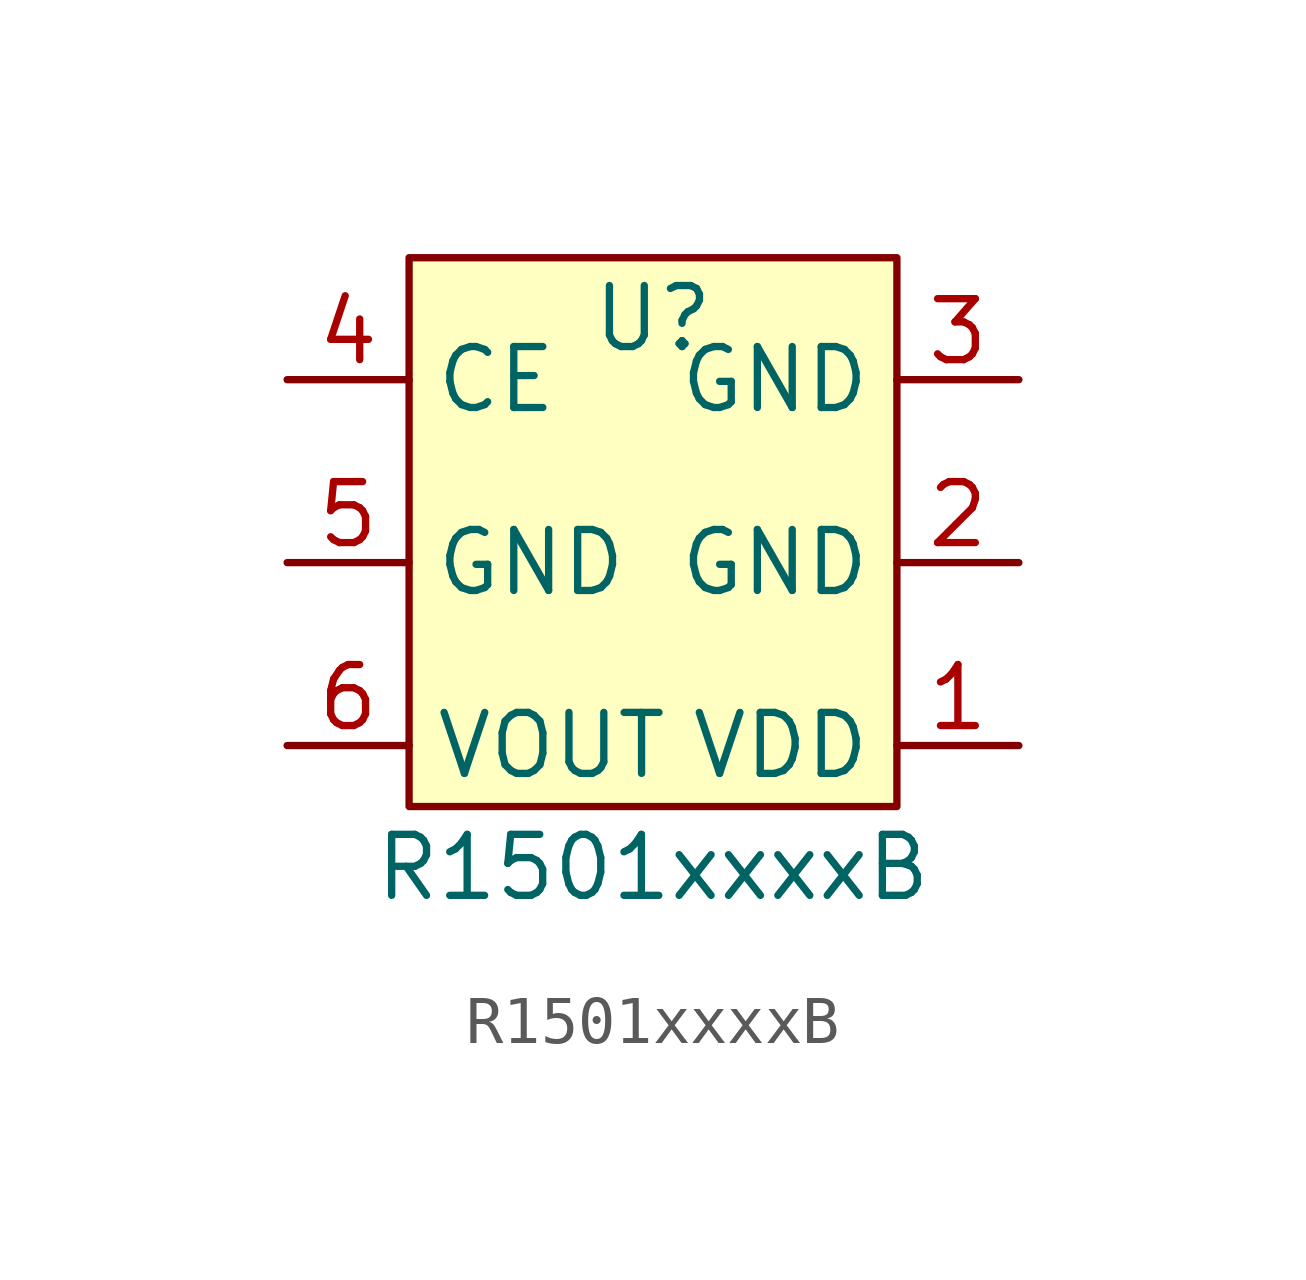
<source format=kicad_sym>
(kicad_symbol_lib
  (version 20220914)
  (generator kicad_symbol_editor)
  (symbol "R1501xxxxB"
    (property "Reference" "U"
      (at 0 5.08 0)
      (effects (font (size 1.27 1.27))))
    (property "Value" "R1501xxxxB"
      (at 0 -6.35 0)
      (effects (font (size 1.27 1.27))))
    (symbol "R1501xxxxB_0_0"
      (pin power_in line (at 7.62 -3.81 180) (length 2.54) (name "VDD" (effects (font (size 1.27 1.27)))) (number "1" (effects (font (size 1.27 1.27)))))
      (pin power_in line (at 7.62 0 180) (length 2.54) (name "GND" (effects (font (size 1.27 1.27)))) (number "2" (effects (font (size 1.27 1.27)))))
      (pin power_in line (at 7.62 3.81 180) (length 2.54) (name "GND" (effects (font (size 1.27 1.27)))) (number "3" (effects (font (size 1.27 1.27)))))
      (pin passive line (at -7.62 3.81 0) (length 2.54) (name "CE" (effects (font (size 1.27 1.27)))) (number "4" (effects (font (size 1.27 1.27)))))
      (pin power_in line (at -7.62 0 0) (length 2.54) (name "GND" (effects (font (size 1.27 1.27)))) (number "5" (effects (font (size 1.27 1.27)))))
      (pin power_out line (at -7.62 -3.81 0) (length 2.54) (name "VOUT" (effects (font (size 1.27 1.27)))) (number "6" (effects (font (size 1.27 1.27))))))
    (symbol "R1501xxxxB_1_1"
      (rectangle (start -5.08 6.35) (end 5.08 -5.08) (stroke (width 0) (type default)) (fill (type background))))))
</source>
